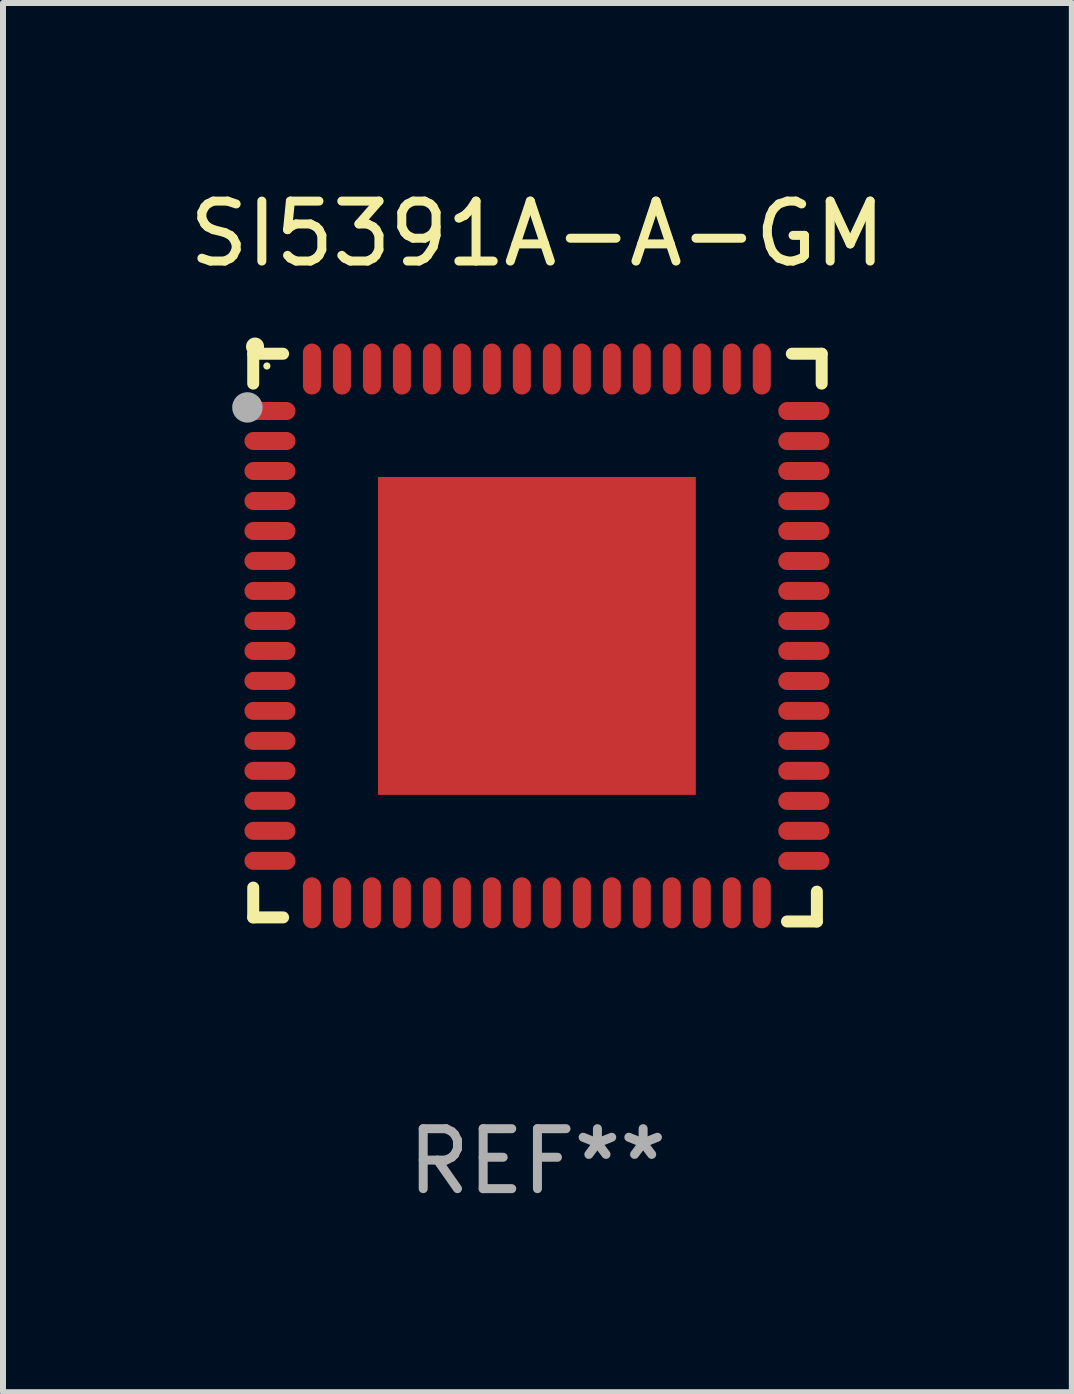
<source format=kicad_pcb>
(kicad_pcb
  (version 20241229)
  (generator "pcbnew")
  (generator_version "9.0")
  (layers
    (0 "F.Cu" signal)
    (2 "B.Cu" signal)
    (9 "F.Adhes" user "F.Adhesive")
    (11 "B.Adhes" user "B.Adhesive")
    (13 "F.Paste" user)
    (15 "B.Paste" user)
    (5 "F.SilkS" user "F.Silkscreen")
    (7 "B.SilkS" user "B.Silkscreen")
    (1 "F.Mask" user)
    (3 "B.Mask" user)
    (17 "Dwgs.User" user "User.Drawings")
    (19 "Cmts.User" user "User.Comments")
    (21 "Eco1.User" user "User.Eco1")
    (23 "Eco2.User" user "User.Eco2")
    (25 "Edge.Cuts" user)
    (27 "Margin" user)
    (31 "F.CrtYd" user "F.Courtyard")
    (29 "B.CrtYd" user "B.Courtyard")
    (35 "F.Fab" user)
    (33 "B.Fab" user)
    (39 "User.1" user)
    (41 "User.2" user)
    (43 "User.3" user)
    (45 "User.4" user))
  (footprint "SI5391A-A-GM"
    (layer "F.Cu")
    (at 5.911 7.581)
    (property "Reference" "SI5391A-A-GM" (at 0 -6.733 0) (layer "F.SilkS") (effects (font (size 1 1) (thickness 0.15))))
    (attr through_hole)
    (fp_line (start -4.739 -4.733) (end -4.241 -4.733) (stroke (width 0.2) (type solid)) (layer "F.SilkS"))
    (fp_line (start -4.739 -4.235) (end -4.739 -4.733) (stroke (width 0.2) (type solid)) (layer "F.SilkS"))
    (fp_line (start -4.739 4.168) (end -4.739 4.665) (stroke (width 0.2) (type solid)) (layer "F.SilkS"))
    (fp_line (start -4.739 4.665) (end -4.241 4.665) (stroke (width 0.2) (type solid)) (layer "F.SilkS"))
    (fp_line (start 4.161 4.733) (end 4.659 4.733) (stroke (width 0.2) (type solid)) (layer "F.SilkS"))
    (fp_line (start 4.241 -4.733) (end 4.739 -4.733) (stroke (width 0.2) (type solid)) (layer "F.SilkS"))
    (fp_line (start 4.659 4.733) (end 4.659 4.235) (stroke (width 0.2) (type solid)) (layer "F.SilkS"))
    (fp_line (start 4.739 -4.733) (end 4.739 -4.235) (stroke (width 0.2) (type solid)) (layer "F.SilkS"))
    (fp_arc (start -4.708623 -4.85108) (mid -4.708628 -4.85235) (end -4.708623 -4.85362) (stroke (width 0.3) (type solid)) (layer "F.SilkS"))
    (fp_circle (center -4.511 -4.529) (end -4.481 -4.529) (stroke (width 0.06) (type solid)) (fill no) (layer "F.SilkS"))
    (fp_circle (center -4.836 -3.838) (end -4.709 -3.838) (stroke (width 0.254) (type solid)) (fill no) (layer "F.Fab"))
    (fp_text user "REF**" (at 0 8.733 0) (layer "F.Fab") (effects (font (size 1 1) (thickness 0.15))))
    (pad "1" smd oval (at -4.46 -3.778) (size 0.85 0.3) (layers "F.Cu" "F.Mask" "F.Paste"))
    (pad "2" smd oval (at -4.46 -3.278) (size 0.85 0.3) (layers "F.Cu" "F.Mask" "F.Paste"))
    (pad "3" smd oval (at -4.46 -2.778) (size 0.85 0.3) (layers "F.Cu" "F.Mask" "F.Paste"))
    (pad "4" smd oval (at -4.46 -2.278) (size 0.85 0.3) (layers "F.Cu" "F.Mask" "F.Paste"))
    (pad "5" smd oval (at -4.46 -1.778) (size 0.85 0.3) (layers "F.Cu" "F.Mask" "F.Paste"))
    (pad "6" smd oval (at -4.46 -1.278) (size 0.85 0.3) (layers "F.Cu" "F.Mask" "F.Paste"))
    (pad "7" smd oval (at -4.46 -0.778) (size 0.85 0.3) (layers "F.Cu" "F.Mask" "F.Paste"))
    (pad "8" smd oval (at -4.46 -0.278) (size 0.85 0.3) (layers "F.Cu" "F.Mask" "F.Paste"))
    (pad "9" smd oval (at -4.46 0.222) (size 0.85 0.3) (layers "F.Cu" "F.Mask" "F.Paste"))
    (pad "10" smd oval (at -4.46 0.722) (size 0.85 0.3) (layers "F.Cu" "F.Mask" "F.Paste"))
    (pad "11" smd oval (at -4.46 1.222) (size 0.85 0.3) (layers "F.Cu" "F.Mask" "F.Paste"))
    (pad "12" smd oval (at -4.46 1.722) (size 0.85 0.3) (layers "F.Cu" "F.Mask" "F.Paste"))
    (pad "13" smd oval (at -4.46 2.222) (size 0.85 0.3) (layers "F.Cu" "F.Mask" "F.Paste"))
    (pad "14" smd oval (at -4.46 2.722) (size 0.85 0.3) (layers "F.Cu" "F.Mask" "F.Paste"))
    (pad "15" smd oval (at -4.46 3.222) (size 0.85 0.3) (layers "F.Cu" "F.Mask" "F.Paste"))
    (pad "16" smd oval (at -4.46 3.722) (size 0.85 0.3) (layers "F.Cu" "F.Mask" "F.Paste"))
    (pad "17" smd oval (at -3.76 4.422) (size 0.3 0.85) (layers "F.Cu" "F.Mask" "F.Paste"))
    (pad "18" smd oval (at -3.26 4.422) (size 0.3 0.85) (layers "F.Cu" "F.Mask" "F.Paste"))
    (pad "19" smd oval (at -2.76 4.422) (size 0.3 0.85) (layers "F.Cu" "F.Mask" "F.Paste"))
    (pad "20" smd oval (at -2.26 4.422) (size 0.3 0.85) (layers "F.Cu" "F.Mask" "F.Paste"))
    (pad "21" smd oval (at -1.76 4.422) (size 0.3 0.85) (layers "F.Cu" "F.Mask" "F.Paste"))
    (pad "22" smd oval (at -1.26 4.422) (size 0.3 0.85) (layers "F.Cu" "F.Mask" "F.Paste"))
    (pad "23" smd oval (at -0.76 4.422) (size 0.3 0.85) (layers "F.Cu" "F.Mask" "F.Paste"))
    (pad "24" smd oval (at -0.26 4.422) (size 0.3 0.85) (layers "F.Cu" "F.Mask" "F.Paste"))
    (pad "25" smd oval (at 0.24 4.422) (size 0.3 0.85) (layers "F.Cu" "F.Mask" "F.Paste"))
    (pad "26" smd oval (at 0.74 4.422) (size 0.3 0.85) (layers "F.Cu" "F.Mask" "F.Paste"))
    (pad "27" smd oval (at 1.24 4.422) (size 0.3 0.85) (layers "F.Cu" "F.Mask" "F.Paste"))
    (pad "28" smd oval (at 1.74 4.422) (size 0.3 0.85) (layers "F.Cu" "F.Mask" "F.Paste"))
    (pad "29" smd oval (at 2.24 4.422) (size 0.3 0.85) (layers "F.Cu" "F.Mask" "F.Paste"))
    (pad "30" smd oval (at 2.74 4.422) (size 0.3 0.85) (layers "F.Cu" "F.Mask" "F.Paste"))
    (pad "31" smd oval (at 3.24 4.422) (size 0.3 0.85) (layers "F.Cu" "F.Mask" "F.Paste"))
    (pad "32" smd oval (at 3.74 4.422) (size 0.3 0.85) (layers "F.Cu" "F.Mask" "F.Paste"))
    (pad "33" smd oval (at 4.44 3.723) (size 0.85 0.3) (layers "F.Cu" "F.Mask" "F.Paste"))
    (pad "34" smd oval (at 4.44 3.222) (size 0.85 0.3) (layers "F.Cu" "F.Mask" "F.Paste"))
    (pad "35" smd oval (at 4.44 2.723) (size 0.85 0.3) (layers "F.Cu" "F.Mask" "F.Paste"))
    (pad "36" smd oval (at 4.44 2.222) (size 0.85 0.3) (layers "F.Cu" "F.Mask" "F.Paste"))
    (pad "37" smd oval (at 4.44 1.723) (size 0.85 0.3) (layers "F.Cu" "F.Mask" "F.Paste"))
    (pad "38" smd oval (at 4.44 1.222) (size 0.85 0.3) (layers "F.Cu" "F.Mask" "F.Paste"))
    (pad "39" smd oval (at 4.44 0.723) (size 0.85 0.3) (layers "F.Cu" "F.Mask" "F.Paste"))
    (pad "40" smd oval (at 4.44 0.222) (size 0.85 0.3) (layers "F.Cu" "F.Mask" "F.Paste"))
    (pad "41" smd oval (at 4.44 -0.277) (size 0.85 0.3) (layers "F.Cu" "F.Mask" "F.Paste"))
    (pad "42" smd oval (at 4.44 -0.778) (size 0.85 0.3) (layers "F.Cu" "F.Mask" "F.Paste"))
    (pad "43" smd oval (at 4.44 -1.277) (size 0.85 0.3) (layers "F.Cu" "F.Mask" "F.Paste"))
    (pad "44" smd oval (at 4.44 -1.778) (size 0.85 0.3) (layers "F.Cu" "F.Mask" "F.Paste"))
    (pad "45" smd oval (at 4.44 -2.277) (size 0.85 0.3) (layers "F.Cu" "F.Mask" "F.Paste"))
    (pad "46" smd oval (at 4.44 -2.778) (size 0.85 0.3) (layers "F.Cu" "F.Mask" "F.Paste"))
    (pad "47" smd oval (at 4.44 -3.277) (size 0.85 0.3) (layers "F.Cu" "F.Mask" "F.Paste"))
    (pad "48" smd oval (at 4.44 -3.778) (size 0.85 0.3) (layers "F.Cu" "F.Mask" "F.Paste"))
    (pad "49" smd oval (at 3.74 -4.478) (size 0.3 0.85) (layers "F.Cu" "F.Mask" "F.Paste"))
    (pad "50" smd oval (at 3.24 -4.478) (size 0.3 0.85) (layers "F.Cu" "F.Mask" "F.Paste"))
    (pad "51" smd oval (at 2.74 -4.478) (size 0.3 0.85) (layers "F.Cu" "F.Mask" "F.Paste"))
    (pad "52" smd oval (at 2.24 -4.478) (size 0.3 0.85) (layers "F.Cu" "F.Mask" "F.Paste"))
    (pad "53" smd oval (at 1.74 -4.478) (size 0.3 0.85) (layers "F.Cu" "F.Mask" "F.Paste"))
    (pad "54" smd oval (at 1.24 -4.478) (size 0.3 0.85) (layers "F.Cu" "F.Mask" "F.Paste"))
    (pad "55" smd oval (at 0.74 -4.478) (size 0.3 0.85) (layers "F.Cu" "F.Mask" "F.Paste"))
    (pad "56" smd oval (at 0.24 -4.478) (size 0.3 0.85) (layers "F.Cu" "F.Mask" "F.Paste"))
    (pad "57" smd oval (at -0.26 -4.478) (size 0.3 0.85) (layers "F.Cu" "F.Mask" "F.Paste"))
    (pad "58" smd oval (at -0.76 -4.478) (size 0.3 0.85) (layers "F.Cu" "F.Mask" "F.Paste"))
    (pad "59" smd oval (at -1.26 -4.478) (size 0.3 0.85) (layers "F.Cu" "F.Mask" "F.Paste"))
    (pad "60" smd oval (at -1.76 -4.478) (size 0.3 0.85) (layers "F.Cu" "F.Mask" "F.Paste"))
    (pad "61" smd oval (at -2.26 -4.478) (size 0.3 0.85) (layers "F.Cu" "F.Mask" "F.Paste"))
    (pad "62" smd oval (at -2.76 -4.478) (size 0.3 0.85) (layers "F.Cu" "F.Mask" "F.Paste"))
    (pad "63" smd oval (at -3.26 -4.478) (size 0.3 0.85) (layers "F.Cu" "F.Mask" "F.Paste"))
    (pad "64" smd oval (at -3.76 -4.478) (size 0.3 0.85) (layers "F.Cu" "F.Mask" "F.Paste"))
    (pad "65" smd rect (at -0.009 -0.028 90) (size 5.3 5.3) (layers "F.Cu" "F.Mask" "F.Paste")))
  (gr_rect
    (start -3 -3)
    (end 14.821 20.162)
    (stroke (width 0.1) (type default))
    (fill no)
    (layer "Edge.Cuts")))
</source>
